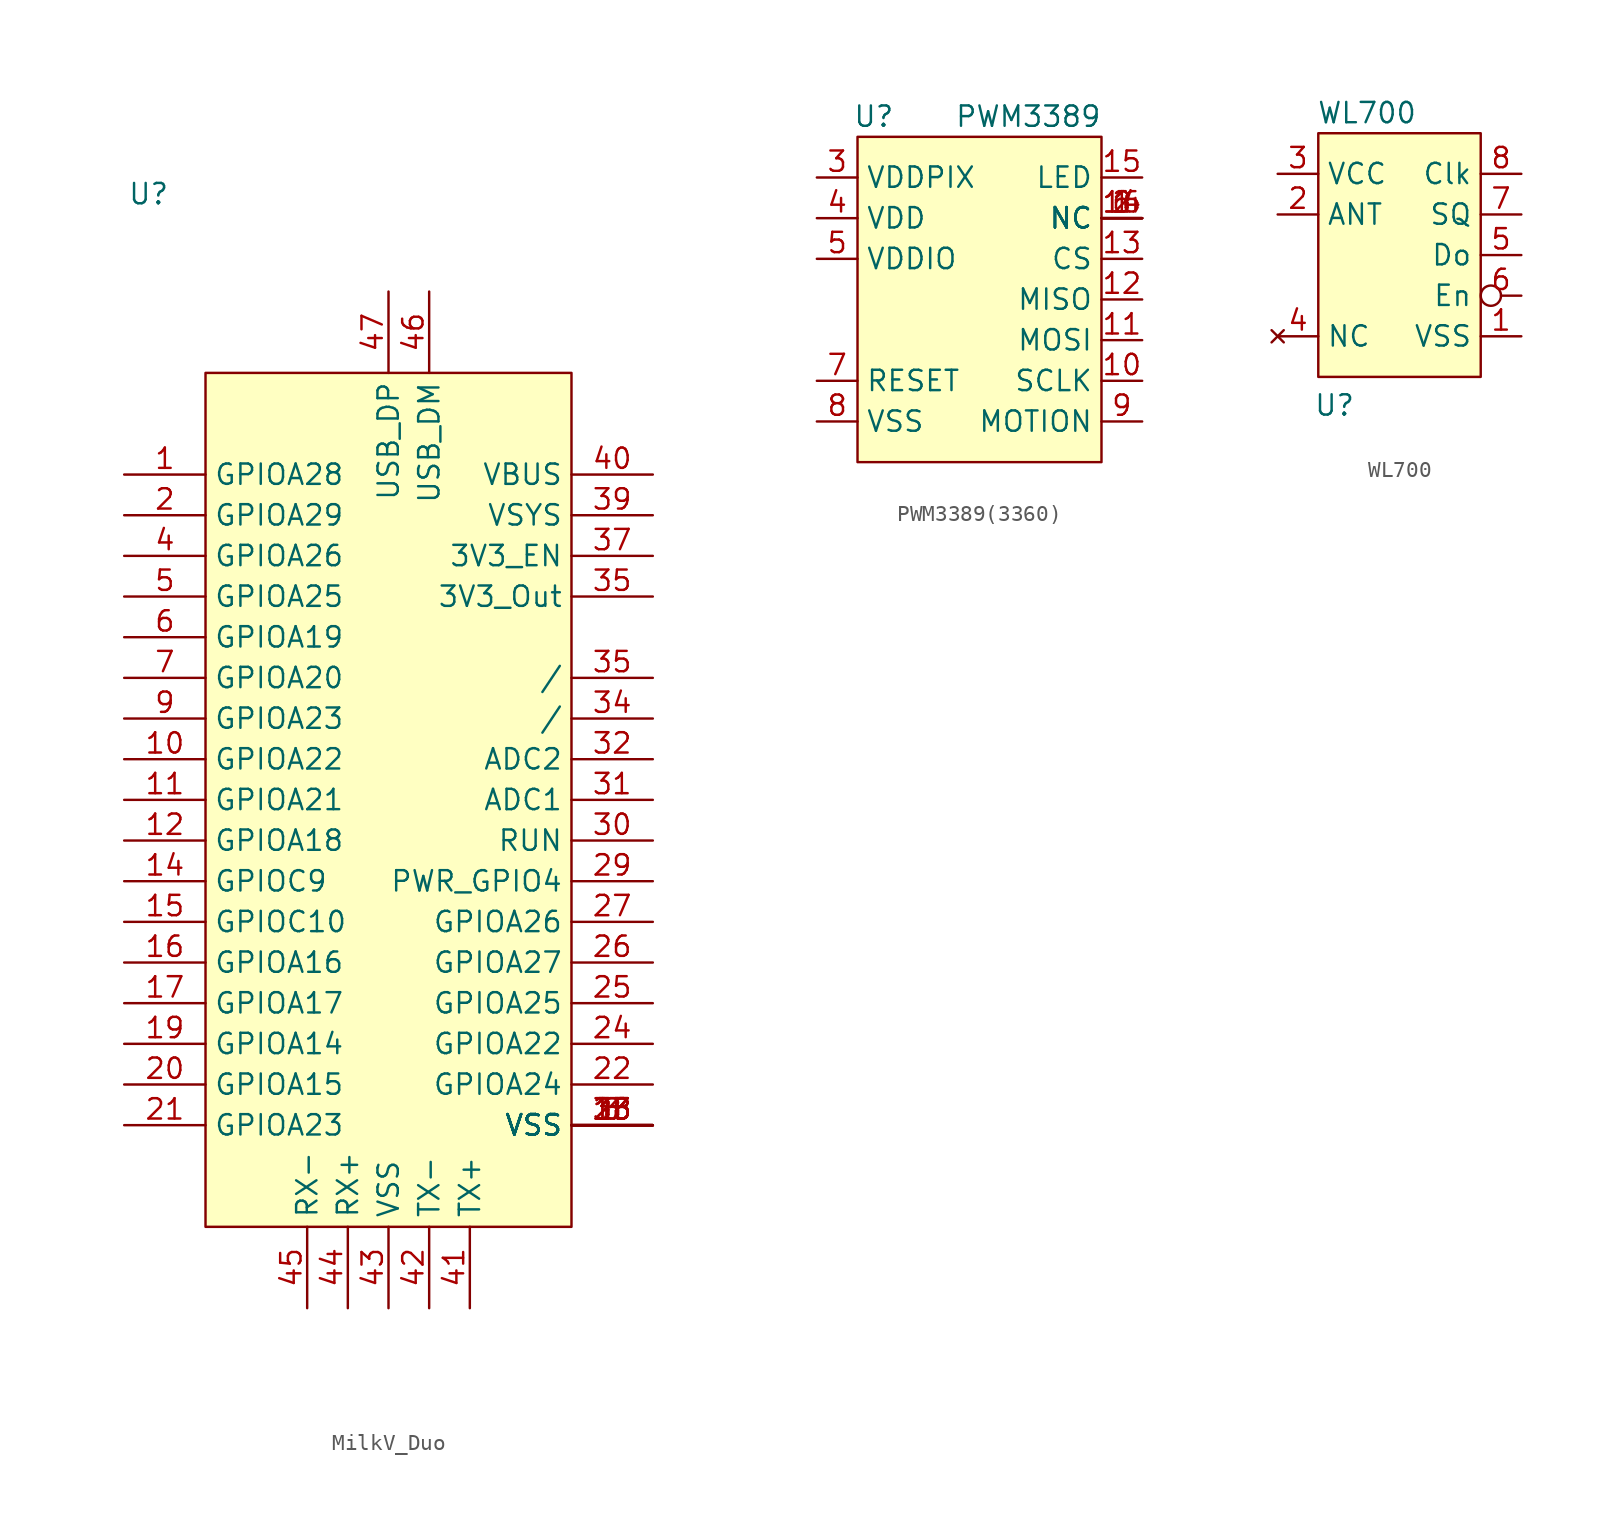
<source format=kicad_sym>
(kicad_symbol_lib
  (version 20231120)
  (generator "kicad_symbol_editor")
  (generator_version "8.0")
  (symbol "MilkV_Duo"
    (property "Reference" "U"
      (at -1.016 30.226 0)
      (effects (font (size 1.27 1.27))))
    (property "Value" ""
      (at 0 2.54 0)
      (effects (font (size 1.27 1.27))))
    (symbol "MilkV_Duo_1_1"
      (rectangle (start 2.54 19.05) (end 25.4 -34.29) (stroke (width 0) (type default)) (fill (type background)))
      (pin input line (at -2.54 12.7 0) (length 5.08) (name "GPIOA28" (effects (font (size 1.27 1.27)))) (number "1" (effects (font (size 1.27 1.27)))))
      (pin input line (at -2.54 -5.08 0) (length 5.08) (name "GPIOA22" (effects (font (size 1.27 1.27)))) (number "10" (effects (font (size 1.27 1.27)))))
      (pin input line (at -2.54 -7.62 0) (length 5.08) (name "GPIOA21" (effects (font (size 1.27 1.27)))) (number "11" (effects (font (size 1.27 1.27)))))
      (pin input line (at -2.54 -10.16 0) (length 5.08) (name "GPIOA18" (effects (font (size 1.27 1.27)))) (number "12" (effects (font (size 1.27 1.27)))))
      (pin input line (at 30.48 -27.94 180) (length 5.08) (name "VSS" (effects (font (size 1.27 1.27)))) (number "13" (effects (font (size 1.27 1.27)))))
      (pin input line (at -2.54 -12.7 0) (length 5.08) (name "GPIOC9" (effects (font (size 1.27 1.27)))) (number "14" (effects (font (size 1.27 1.27)))))
      (pin input line (at -2.54 -15.24 0) (length 5.08) (name "GPIOC10" (effects (font (size 1.27 1.27)))) (number "15" (effects (font (size 1.27 1.27)))))
      (pin input line (at -2.54 -17.78 0) (length 5.08) (name "GPIOA16" (effects (font (size 1.27 1.27)))) (number "16" (effects (font (size 1.27 1.27)))))
      (pin input line (at -2.54 -20.32 0) (length 5.08) (name "GPIOA17" (effects (font (size 1.27 1.27)))) (number "17" (effects (font (size 1.27 1.27)))))
      (pin input line (at 30.48 -27.94 180) (length 5.08) (name "VSS" (effects (font (size 1.27 1.27)))) (number "18" (effects (font (size 1.27 1.27)))))
      (pin input line (at -2.54 -22.86 0) (length 5.08) (name "GPIOA14" (effects (font (size 1.27 1.27)))) (number "19" (effects (font (size 1.27 1.27)))))
      (pin input line (at -2.54 10.16 0) (length 5.08) (name "GPIOA29" (effects (font (size 1.27 1.27)))) (number "2" (effects (font (size 1.27 1.27)))))
      (pin input line (at -2.54 -25.4 0) (length 5.08) (name "GPIOA15" (effects (font (size 1.27 1.27)))) (number "20" (effects (font (size 1.27 1.27)))))
      (pin input line (at -2.54 -27.94 0) (length 5.08) (name "GPIOA23" (effects (font (size 1.27 1.27)))) (number "21" (effects (font (size 1.27 1.27)))))
      (pin input line (at 30.48 -25.4 180) (length 5.08) (name "GPIOA24" (effects (font (size 1.27 1.27)))) (number "22" (effects (font (size 1.27 1.27)))))
      (pin input line (at 30.48 -27.94 180) (length 5.08) (name "VSS" (effects (font (size 1.27 1.27)))) (number "23" (effects (font (size 1.27 1.27)))))
      (pin input line (at 30.48 -22.86 180) (length 5.08) (name "GPIOA22" (effects (font (size 1.27 1.27)))) (number "24" (effects (font (size 1.27 1.27)))))
      (pin input line (at 30.48 -20.32 180) (length 5.08) (name "GPIOA25" (effects (font (size 1.27 1.27)))) (number "25" (effects (font (size 1.27 1.27)))))
      (pin input line (at 30.48 -17.78 180) (length 5.08) (name "GPIOA27" (effects (font (size 1.27 1.27)))) (number "26" (effects (font (size 1.27 1.27)))))
      (pin input line (at 30.48 -15.24 180) (length 5.08) (name "GPIOA26" (effects (font (size 1.27 1.27)))) (number "27" (effects (font (size 1.27 1.27)))))
      (pin input line (at 30.48 -27.94 180) (length 5.08) (name "VSS" (effects (font (size 1.27 1.27)))) (number "28" (effects (font (size 1.27 1.27)))))
      (pin input line (at 30.48 -12.7 180) (length 5.08) (name "PWR_GPIO4" (effects (font (size 1.27 1.27)))) (number "29" (effects (font (size 1.27 1.27)))))
      (pin input line (at 30.48 -27.94 180) (length 5.08) (name "VSS" (effects (font (size 1.27 1.27)))) (number "3" (effects (font (size 1.27 1.27)))))
      (pin input line (at 30.48 -10.16 180) (length 5.08) (name "RUN" (effects (font (size 1.27 1.27)))) (number "30" (effects (font (size 1.27 1.27)))))
      (pin input line (at 30.48 -7.62 180) (length 5.08) (name "ADC1" (effects (font (size 1.27 1.27)))) (number "31" (effects (font (size 1.27 1.27)))))
      (pin input line (at 30.48 -5.08 180) (length 5.08) (name "ADC2" (effects (font (size 1.27 1.27)))) (number "32" (effects (font (size 1.27 1.27)))))
      (pin input line (at 30.48 -27.94 180) (length 5.08) (name "VSS" (effects (font (size 1.27 1.27)))) (number "33" (effects (font (size 1.27 1.27)))))
      (pin input line (at 30.48 -2.54 180) (length 5.08) (name "/" (effects (font (size 1.27 1.27)))) (number "34" (effects (font (size 1.27 1.27)))))
      (pin input line (at 30.48 0 180) (length 5.08) (name "/" (effects (font (size 1.27 1.27)))) (number "35" (effects (font (size 1.27 1.27)))))
      (pin input line (at 30.48 5.08 180) (length 5.08) (name "3V3_Out" (effects (font (size 1.27 1.27)))) (number "35" (effects (font (size 1.27 1.27)))))
      (pin input line (at 30.48 7.62 180) (length 5.08) (name "3V3_EN" (effects (font (size 1.27 1.27)))) (number "37" (effects (font (size 1.27 1.27)))))
      (pin input line (at 30.48 -27.94 180) (length 5.08) (name "VSS" (effects (font (size 1.27 1.27)))) (number "38" (effects (font (size 1.27 1.27)))))
      (pin input line (at 30.48 10.16 180) (length 5.08) (name "VSYS" (effects (font (size 1.27 1.27)))) (number "39" (effects (font (size 1.27 1.27)))))
      (pin input line (at -2.54 7.62 0) (length 5.08) (name "GPIOA26" (effects (font (size 1.27 1.27)))) (number "4" (effects (font (size 1.27 1.27)))))
      (pin input line (at 30.48 12.7 180) (length 5.08) (name "VBUS" (effects (font (size 1.27 1.27)))) (number "40" (effects (font (size 1.27 1.27)))))
      (pin input line (at 19.05 -39.37 90) (length 5.08) (name "TX+" (effects (font (size 1.27 1.27)))) (number "41" (effects (font (size 1.27 1.27)))))
      (pin input line (at 16.51 -39.37 90) (length 5.08) (name "TX-" (effects (font (size 1.27 1.27)))) (number "42" (effects (font (size 1.27 1.27)))))
      (pin input line (at 13.97 -39.37 90) (length 5.08) (name "VSS" (effects (font (size 1.27 1.27)))) (number "43" (effects (font (size 1.27 1.27)))))
      (pin input line (at 11.43 -39.37 90) (length 5.08) (name "RX+" (effects (font (size 1.27 1.27)))) (number "44" (effects (font (size 1.27 1.27)))))
      (pin input line (at 8.89 -39.37 90) (length 5.08) (name "RX-" (effects (font (size 1.27 1.27)))) (number "45" (effects (font (size 1.27 1.27)))))
      (pin input line (at 16.51 24.13 270) (length 5.08) (name "USB_DM" (effects (font (size 1.27 1.27)))) (number "46" (effects (font (size 1.27 1.27)))))
      (pin input line (at 13.97 24.13 270) (length 5.08) (name "USB_DP" (effects (font (size 1.27 1.27)))) (number "47" (effects (font (size 1.27 1.27)))))
      (pin input line (at -2.54 5.08 0) (length 5.08) (name "GPIOA25" (effects (font (size 1.27 1.27)))) (number "5" (effects (font (size 1.27 1.27)))))
      (pin input line (at -2.54 2.54 0) (length 5.08) (name "GPIOA19" (effects (font (size 1.27 1.27)))) (number "6" (effects (font (size 1.27 1.27)))))
      (pin input line (at -2.54 0 0) (length 5.08) (name "GPIOA20" (effects (font (size 1.27 1.27)))) (number "7" (effects (font (size 1.27 1.27)))))
      (pin input line (at 30.48 -27.94 180) (length 5.08) (name "VSS" (effects (font (size 1.27 1.27)))) (number "8" (effects (font (size 1.27 1.27)))))
      (pin input line (at -2.54 -2.54 0) (length 5.08) (name "GPIOA23" (effects (font (size 1.27 1.27)))) (number "9" (effects (font (size 1.27 1.27)))))))
  (symbol "PWM3389(3360)"
    (property "Reference" "U"
      (at -4.064 16.51 0)
      (effects (font (size 1.27 1.27))))
    (property "Value" "PWM3389"
      (at 5.588 16.51 0)
      (effects (font (size 1.27 1.27))))
    (symbol "PWM3389(3360)_1_1"
      (rectangle (start -5.08 15.24) (end 10.16 -5.08) (stroke (width 0) (type default)) (fill (type background)))
      (pin input line (at 12.7 10.16 180) (length 2.54) (name "NC" (effects (font (size 1.27 1.27)))) (number "1" (effects (font (size 1.27 1.27)))))
      (pin input line (at 12.7 0 180) (length 2.54) (name "SCLK" (effects (font (size 1.27 1.27)))) (number "10" (effects (font (size 1.27 1.27)))))
      (pin input line (at 12.7 2.54 180) (length 2.54) (name "MOSI" (effects (font (size 1.27 1.27)))) (number "11" (effects (font (size 1.27 1.27)))))
      (pin input line (at 12.7 5.08 180) (length 2.54) (name "MISO" (effects (font (size 1.27 1.27)))) (number "12" (effects (font (size 1.27 1.27)))))
      (pin input line (at 12.7 7.62 180) (length 2.54) (name "CS" (effects (font (size 1.27 1.27)))) (number "13" (effects (font (size 1.27 1.27)))))
      (pin input line (at 12.7 10.16 180) (length 2.54) (name "NC" (effects (font (size 1.27 1.27)))) (number "14" (effects (font (size 1.27 1.27)))))
      (pin input line (at 12.7 12.7 180) (length 2.54) (name "LED" (effects (font (size 1.27 1.27)))) (number "15" (effects (font (size 1.27 1.27)))))
      (pin input line (at 12.7 10.16 180) (length 2.54) (name "NC" (effects (font (size 1.27 1.27)))) (number "16" (effects (font (size 1.27 1.27)))))
      (pin input line (at 12.7 10.16 180) (length 2.54) (name "NC" (effects (font (size 1.27 1.27)))) (number "2" (effects (font (size 1.27 1.27)))))
      (pin input line (at -7.62 12.7 0) (length 2.54) (name "VDDPIX" (effects (font (size 1.27 1.27)))) (number "3" (effects (font (size 1.27 1.27)))))
      (pin input line (at -7.62 10.16 0) (length 2.54) (name "VDD" (effects (font (size 1.27 1.27)))) (number "4" (effects (font (size 1.27 1.27)))))
      (pin input line (at -7.62 7.62 0) (length 2.54) (name "VDDIO" (effects (font (size 1.27 1.27)))) (number "5" (effects (font (size 1.27 1.27)))))
      (pin input line (at 12.7 10.16 180) (length 2.54) (name "NC" (effects (font (size 1.27 1.27)))) (number "6" (effects (font (size 1.27 1.27)))))
      (pin input line (at -7.62 0 0) (length 2.54) (name "RESET" (effects (font (size 1.27 1.27)))) (number "7" (effects (font (size 1.27 1.27)))))
      (pin input line (at -7.62 -2.54 0) (length 2.54) (name "VSS" (effects (font (size 1.27 1.27)))) (number "8" (effects (font (size 1.27 1.27)))))
      (pin input line (at 12.7 -2.54 180) (length 2.54) (name "MOTION" (effects (font (size 1.27 1.27)))) (number "9" (effects (font (size 1.27 1.27)))))))
  (symbol "WL700"
    (property "Reference" "U"
      (at -4.064 -9.398 0)
      (effects (font (size 1.27 1.27))))
    (property "Value" "WL700"
      (at -2.032 8.89 0)
      (effects (font (size 1.27 1.27))))
    (symbol "WL700_1_1"
      (rectangle (start -5.08 7.62) (end 5.08 -7.62) (stroke (width 0) (type default)) (fill (type background)))
      (pin input line (at 7.62 -5.08 180) (length 2.54) (name "VSS" (effects (font (size 1.27 1.27)))) (number "1" (effects (font (size 1.27 1.27)))))
      (pin input line (at -7.62 2.54 0) (length 2.54) (name "ANT" (effects (font (size 1.27 1.27)))) (number "2" (effects (font (size 1.27 1.27)))))
      (pin input line (at -7.62 5.08 0) (length 2.54) (name "VCC" (effects (font (size 1.27 1.27)))) (number "3" (effects (font (size 1.27 1.27)))))
      (pin no_connect line (at -7.62 -5.08 0) (length 2.54) (name "NC" (effects (font (size 1.27 1.27)))) (number "4" (effects (font (size 1.27 1.27)))))
      (pin output line (at 7.62 0 180) (length 2.54) (name "Do" (effects (font (size 1.27 1.27)))) (number "5" (effects (font (size 1.27 1.27)))))
      (pin input inverted (at 7.62 -2.54 180) (length 2.54) (name "En" (effects (font (size 1.27 1.27)))) (number "6" (effects (font (size 1.27 1.27)))))
      (pin input line (at 7.62 2.54 180) (length 2.54) (name "SQ" (effects (font (size 1.27 1.27)))) (number "7" (effects (font (size 1.27 1.27)))))
      (pin input line (at 7.62 5.08 180) (length 2.54) (name "Clk" (effects (font (size 1.27 1.27)))) (number "8" (effects (font (size 1.27 1.27))))))))
</source>
